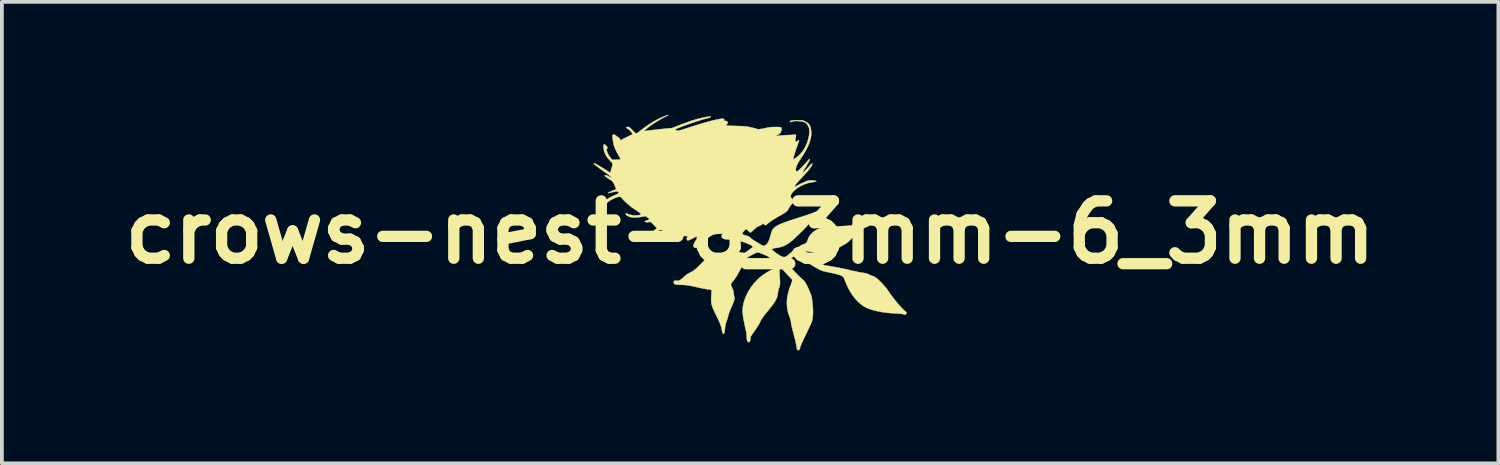
<source format=kicad_pcb>
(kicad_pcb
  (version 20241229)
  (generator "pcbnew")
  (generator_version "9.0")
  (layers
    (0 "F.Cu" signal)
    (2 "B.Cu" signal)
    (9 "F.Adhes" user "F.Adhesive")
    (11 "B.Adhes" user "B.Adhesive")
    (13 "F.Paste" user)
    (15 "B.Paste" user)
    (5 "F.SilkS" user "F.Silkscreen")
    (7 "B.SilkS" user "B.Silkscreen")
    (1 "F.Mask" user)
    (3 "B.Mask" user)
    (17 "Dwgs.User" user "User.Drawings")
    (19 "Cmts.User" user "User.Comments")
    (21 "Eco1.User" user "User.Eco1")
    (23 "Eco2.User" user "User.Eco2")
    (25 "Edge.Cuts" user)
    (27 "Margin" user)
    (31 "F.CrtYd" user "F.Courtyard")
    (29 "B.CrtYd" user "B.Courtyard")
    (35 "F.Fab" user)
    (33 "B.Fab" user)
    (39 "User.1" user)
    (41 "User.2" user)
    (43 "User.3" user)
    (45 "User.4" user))
  (footprint "crows-nest-8_3mm-6_3mm"
    (layer "F.Cu")
    (at 16.88 3.121)
    (property "Reference" "crows-nest-8_3mm-6_3mm" (at 0 0 0) (layer "F.SilkS") (effects (font (size 1.524 1.524) (thickness 0.3))))
    (attr through_hole)
    (fp_poly (pts (xy -2.174 -3.116) (xy -2.178 -3.112) (xy -2.195 -3.101) (xy -2.222 -3.086) (xy -2.258 -3.066) (xy -2.301 -3.044) (xy -2.315 -3.036) (xy -2.385 -2.999) (xy -2.458 -2.956) (xy -2.532 -2.91) (xy -2.603 -2.863) (xy -2.668 -2.817) (xy -2.725 -2.774) (xy -2.77 -2.736) (xy -2.774 -2.732) (xy -2.822 -2.687) (xy -2.793 -2.691) (xy -2.764 -2.695) (xy -2.722 -2.701) (xy -2.669 -2.707) (xy -2.608 -2.714) (xy -2.541 -2.722) (xy -2.472 -2.73) (xy -2.403 -2.737) (xy -2.337 -2.744) (xy -2.276 -2.75) (xy -2.251 -2.753) (xy -2.07 -2.77) (xy -1.881 -2.844) (xy -1.756 -2.891) (xy -1.643 -2.933) (xy -1.541 -2.968) (xy -1.446 -2.997) (xy -1.358 -3.022) (xy -1.273 -3.042) (xy -1.19 -3.059) (xy -1.178 -3.061) (xy -1.129 -3.069) (xy -1.094 -3.075) (xy -1.07 -3.077) (xy -1.056 -3.076) (xy -1.049 -3.072) (xy -1.048 -3.066) (xy -1.055 -3.056) (xy -1.077 -3.046) (xy -1.09 -3.042) (xy -1.115 -3.036) (xy -1.151 -3.026) (xy -1.192 -3.015) (xy -1.234 -3.004) (xy -1.288 -2.989) (xy -1.353 -2.969) (xy -1.428 -2.945) (xy -1.509 -2.918) (xy -1.593 -2.889) (xy -1.678 -2.858) (xy -1.76 -2.828) (xy -1.837 -2.799) (xy -1.905 -2.773) (xy -1.957 -2.751) (xy -1.994 -2.735) (xy -1.974 -2.72) (xy -1.963 -2.711) (xy -1.953 -2.704) (xy -1.941 -2.699) (xy -1.927 -2.697) (xy -1.909 -2.699) (xy -1.886 -2.703) (xy -1.855 -2.711) (xy -1.814 -2.723) (xy -1.763 -2.739) (xy -1.7 -2.759) (xy -1.632 -2.781) (xy -1.498 -2.824) (xy -1.377 -2.862) (xy -1.268 -2.895) (xy -1.169 -2.923) (xy -1.079 -2.948) (xy -0.995 -2.969) (xy -0.916 -2.988) (xy -0.841 -3.003) (xy -0.838 -3.004) (xy -0.79 -3.013) (xy -0.755 -3.018) (xy -0.73 -3.02) (xy -0.713 -3.017) (xy -0.701 -3.011) (xy -0.695 -3.005) (xy -0.686 -2.993) (xy -0.688 -2.986) (xy -0.696 -2.981) (xy -0.706 -2.974) (xy -0.706 -2.971) (xy -0.697 -2.969) (xy -0.676 -2.965) (xy -0.658 -2.961) (xy -0.629 -2.953) (xy -0.611 -2.943) (xy -0.602 -2.93) (xy -0.595 -2.916) (xy -0.595 -2.904) (xy -0.604 -2.888) (xy -0.613 -2.875) (xy -0.625 -2.855) (xy -0.63 -2.84) (xy -0.63 -2.836) (xy -0.621 -2.834) (xy -0.597 -2.832) (xy -0.561 -2.83) (xy -0.516 -2.829) (xy -0.462 -2.827) (xy -0.403 -2.825) (xy -0.387 -2.825) (xy -0.304 -2.823) (xy -0.235 -2.82) (xy -0.176 -2.817) (xy -0.124 -2.812) (xy -0.076 -2.806) (xy -0.03 -2.798) (xy 0.018 -2.788) (xy 0.07 -2.776) (xy 0.081 -2.773) (xy 0.117 -2.764) (xy 0.15 -2.755) (xy 0.174 -2.748) (xy 0.181 -2.745) (xy 0.197 -2.74) (xy 0.215 -2.738) (xy 0.236 -2.738) (xy 0.264 -2.741) (xy 0.302 -2.747) (xy 0.35 -2.756) (xy 0.398 -2.766) (xy 0.453 -2.778) (xy 0.497 -2.786) (xy 0.535 -2.791) (xy 0.572 -2.794) (xy 0.612 -2.796) (xy 0.661 -2.797) (xy 0.67 -2.797) (xy 0.726 -2.797) (xy 0.768 -2.795) (xy 0.798 -2.792) (xy 0.817 -2.787) (xy 0.829 -2.778) (xy 0.835 -2.765) (xy 0.836 -2.747) (xy 0.836 -2.742) (xy 0.831 -2.705) (xy 0.815 -2.664) (xy 0.814 -2.663) (xy 0.803 -2.642) (xy 0.791 -2.626) (xy 0.775 -2.613) (xy 0.752 -2.598) (xy 0.719 -2.58) (xy 0.69 -2.564) (xy 0.67 -2.553) (xy 0.661 -2.546) (xy 0.662 -2.545) (xy 0.701 -2.555) (xy 0.738 -2.562) (xy 0.775 -2.568) (xy 0.817 -2.573) (xy 0.865 -2.576) (xy 0.923 -2.579) (xy 0.985 -2.582) (xy 1.041 -2.584) (xy 1.092 -2.586) (xy 1.136 -2.589) (xy 1.17 -2.591) (xy 1.193 -2.593) (xy 1.2 -2.594) (xy 1.212 -2.597) (xy 1.217 -2.59) (xy 1.218 -2.573) (xy 1.216 -2.55) (xy 1.211 -2.519) (xy 1.206 -2.497) (xy 1.199 -2.457) (xy 1.2 -2.429) (xy 1.21 -2.413) (xy 1.223 -2.407) (xy 1.239 -2.407) (xy 1.255 -2.418) (xy 1.263 -2.427) (xy 1.282 -2.446) (xy 1.294 -2.452) (xy 1.299 -2.444) (xy 1.299 -2.442) (xy 1.297 -2.431) (xy 1.289 -2.408) (xy 1.278 -2.374) (xy 1.264 -2.332) (xy 1.247 -2.285) (xy 1.242 -2.27) (xy 1.22 -2.207) (xy 1.2 -2.145) (xy 1.182 -2.088) (xy 1.167 -2.037) (xy 1.155 -1.995) (xy 1.148 -1.963) (xy 1.146 -1.944) (xy 1.146 -1.941) (xy 1.154 -1.94) (xy 1.171 -1.948) (xy 1.195 -1.964) (xy 1.224 -1.984) (xy 1.255 -2.008) (xy 1.286 -2.033) (xy 1.313 -2.058) (xy 1.332 -2.077) (xy 1.386 -2.142) (xy 1.433 -2.211) (xy 1.472 -2.281) (xy 1.504 -2.354) (xy 1.531 -2.431) (xy 1.552 -2.508) (xy 1.567 -2.583) (xy 1.574 -2.653) (xy 1.573 -2.716) (xy 1.565 -2.769) (xy 1.559 -2.786) (xy 1.532 -2.843) (xy 1.497 -2.888) (xy 1.471 -2.91) (xy 1.437 -2.927) (xy 1.391 -2.94) (xy 1.338 -2.949) (xy 1.28 -2.955) (xy 1.222 -2.956) (xy 1.168 -2.953) (xy 1.122 -2.944) (xy 1.109 -2.94) (xy 1.079 -2.931) (xy 1.063 -2.927) (xy 1.056 -2.931) (xy 1.058 -2.941) (xy 1.058 -2.943) (xy 1.066 -2.954) (xy 1.079 -2.962) (xy 1.1 -2.968) (xy 1.132 -2.972) (xy 1.175 -2.974) (xy 1.232 -2.975) (xy 1.251 -2.976) (xy 1.393 -2.976) (xy 1.454 -2.947) (xy 1.506 -2.919) (xy 1.545 -2.891) (xy 1.573 -2.86) (xy 1.592 -2.824) (xy 1.601 -2.797) (xy 1.618 -2.719) (xy 1.624 -2.64) (xy 1.62 -2.558) (xy 1.604 -2.473) (xy 1.577 -2.384) (xy 1.538 -2.289) (xy 1.487 -2.188) (xy 1.423 -2.079) (xy 1.359 -1.98) (xy 1.322 -1.923) (xy 1.292 -1.877) (xy 1.27 -1.84) (xy 1.254 -1.81) (xy 1.243 -1.784) (xy 1.235 -1.763) (xy 1.223 -1.721) (xy 1.215 -1.691) (xy 1.212 -1.67) (xy 1.214 -1.654) (xy 1.219 -1.639) (xy 1.222 -1.633) (xy 1.232 -1.617) (xy 1.241 -1.612) (xy 1.251 -1.616) (xy 1.267 -1.628) (xy 1.292 -1.649) (xy 1.323 -1.678) (xy 1.358 -1.713) (xy 1.395 -1.75) (xy 1.431 -1.788) (xy 1.465 -1.825) (xy 1.493 -1.858) (xy 1.495 -1.86) (xy 1.521 -1.89) (xy 1.544 -1.916) (xy 1.561 -1.935) (xy 1.572 -1.944) (xy 1.572 -1.944) (xy 1.582 -1.943) (xy 1.584 -1.931) (xy 1.578 -1.911) (xy 1.566 -1.885) (xy 1.554 -1.866) (xy 1.534 -1.835) (xy 1.515 -1.801) (xy 1.506 -1.782) (xy 1.493 -1.757) (xy 1.48 -1.737) (xy 1.474 -1.73) (xy 1.465 -1.719) (xy 1.453 -1.698) (xy 1.438 -1.671) (xy 1.422 -1.642) (xy 1.408 -1.614) (xy 1.397 -1.59) (xy 1.391 -1.574) (xy 1.391 -1.57) (xy 1.397 -1.575) (xy 1.412 -1.59) (xy 1.435 -1.613) (xy 1.463 -1.641) (xy 1.495 -1.674) (xy 1.528 -1.709) (xy 1.562 -1.744) (xy 1.593 -1.778) (xy 1.621 -1.808) (xy 1.638 -1.827) (xy 1.645 -1.832) (xy 1.648 -1.826) (xy 1.648 -1.809) (xy 1.642 -1.778) (xy 1.622 -1.743) (xy 1.574 -1.679) (xy 1.515 -1.608) (xy 1.448 -1.532) (xy 1.375 -1.453) (xy 1.348 -1.425) (xy 1.303 -1.378) (xy 1.264 -1.335) (xy 1.233 -1.298) (xy 1.21 -1.268) (xy 1.202 -1.256) (xy 1.189 -1.232) (xy 1.181 -1.213) (xy 1.179 -1.205) (xy 1.188 -1.207) (xy 1.207 -1.216) (xy 1.232 -1.229) (xy 1.243 -1.235) (xy 1.295 -1.264) (xy 1.349 -1.291) (xy 1.403 -1.317) (xy 1.454 -1.339) (xy 1.497 -1.357) (xy 1.529 -1.368) (xy 1.53 -1.368) (xy 1.567 -1.375) (xy 1.607 -1.379) (xy 1.648 -1.379) (xy 1.687 -1.377) (xy 1.72 -1.372) (xy 1.744 -1.365) (xy 1.757 -1.356) (xy 1.758 -1.352) (xy 1.75 -1.348) (xy 1.73 -1.343) (xy 1.7 -1.338) (xy 1.673 -1.334) (xy 1.562 -1.314) (xy 1.452 -1.279) (xy 1.348 -1.231) (xy 1.251 -1.172) (xy 1.169 -1.106) (xy 1.142 -1.078) (xy 1.116 -1.044) (xy 1.094 -1.009) (xy 1.079 -0.978) (xy 1.072 -0.953) (xy 1.072 -0.951) (xy 1.078 -0.935) (xy 1.093 -0.915) (xy 1.104 -0.902) (xy 1.123 -0.882) (xy 1.134 -0.865) (xy 1.137 -0.857) (xy 1.142 -0.839) (xy 1.151 -0.827) (xy 1.157 -0.818) (xy 1.157 -0.81) (xy 1.15 -0.798) (xy 1.133 -0.78) (xy 1.123 -0.769) (xy 1.101 -0.743) (xy 1.074 -0.709) (xy 1.049 -0.671) (xy 1.035 -0.65) (xy 1.015 -0.616) (xy 0.996 -0.586) (xy 0.98 -0.564) (xy 0.972 -0.554) (xy 0.96 -0.544) (xy 0.936 -0.528) (xy 0.903 -0.507) (xy 0.862 -0.483) (xy 0.818 -0.457) (xy 0.804 -0.449) (xy 0.727 -0.405) (xy 0.663 -0.366) (xy 0.609 -0.333) (xy 0.564 -0.303) (xy 0.526 -0.276) (xy 0.492 -0.25) (xy 0.471 -0.233) (xy 0.446 -0.212) (xy 0.425 -0.196) (xy 0.411 -0.188) (xy 0.409 -0.187) (xy 0.397 -0.192) (xy 0.379 -0.204) (xy 0.375 -0.207) (xy 0.358 -0.22) (xy 0.348 -0.227) (xy 0.346 -0.227) (xy 0.338 -0.223) (xy 0.319 -0.212) (xy 0.295 -0.197) (xy 0.291 -0.195) (xy 0.261 -0.177) (xy 0.231 -0.162) (xy 0.209 -0.153) (xy 0.186 -0.142) (xy 0.157 -0.121) (xy 0.119 -0.088) (xy 0.097 -0.067) (xy 0.066 -0.04) (xy 0.04 -0.016) (xy 0.019 0.000063) (xy 0.007 0.008) (xy 0.006 0.008) (xy -0.004 0.003) (xy -0.022 -0.012) (xy -0.045 -0.033) (xy -0.052 -0.04) (xy -0.076 -0.064) (xy -0.092 -0.077) (xy -0.103 -0.082) (xy -0.112 -0.082) (xy -0.121 -0.077) (xy -0.135 -0.066) (xy -0.154 -0.046) (xy -0.174 -0.022) (xy -0.192 0.003) (xy -0.205 0.025) (xy -0.211 0.039) (xy -0.211 0.04) (xy -0.203 0.051) (xy -0.181 0.063) (xy -0.145 0.077) (xy -0.107 0.088) (xy -0.067 0.1) (xy -0.038 0.111) (xy -0.017 0.124) (xy 0.002 0.139) (xy 0.012 0.151) (xy 0.022 0.161) (xy 0.036 0.172) (xy 0.055 0.186) (xy 0.081 0.203) (xy 0.115 0.225) (xy 0.158 0.252) (xy 0.213 0.286) (xy 0.281 0.326) (xy 0.282 0.327) (xy 0.318 0.348) (xy 0.344 0.359) (xy 0.366 0.362) (xy 0.387 0.355) (xy 0.411 0.34) (xy 0.424 0.331) (xy 0.453 0.302) (xy 0.479 0.262) (xy 0.503 0.208) (xy 0.526 0.14) (xy 0.536 0.106) (xy 0.548 0.064) (xy 0.56 0.023) (xy 0.571 -0.011) (xy 0.578 -0.03) (xy 0.591 -0.059) (xy 0.608 -0.086) (xy 0.629 -0.111) (xy 0.656 -0.135) (xy 0.69 -0.159) (xy 0.732 -0.183) (xy 0.782 -0.208) (xy 0.843 -0.234) (xy 0.914 -0.261) (xy 0.997 -0.291) (xy 1.093 -0.323) (xy 1.203 -0.359) (xy 1.274 -0.382) (xy 1.374 -0.413) (xy 1.459 -0.441) (xy 1.533 -0.466) (xy 1.598 -0.488) (xy 1.655 -0.509) (xy 1.706 -0.529) (xy 1.753 -0.549) (xy 1.799 -0.57) (xy 1.819 -0.579) (xy 1.861 -0.599) (xy 1.892 -0.612) (xy 1.912 -0.619) (xy 1.925 -0.621) (xy 1.934 -0.618) (xy 1.94 -0.61) (xy 1.944 -0.602) (xy 1.95 -0.586) (xy 1.949 -0.572) (xy 1.938 -0.559) (xy 1.916 -0.544) (xy 1.881 -0.526) (xy 1.876 -0.523) (xy 1.807 -0.485) (xy 1.743 -0.439) (xy 1.681 -0.382) (xy 1.621 -0.314) (xy 1.56 -0.232) (xy 1.557 -0.227) (xy 1.535 -0.198) (xy 1.508 -0.165) (xy 1.475 -0.128) (xy 1.435 -0.085) (xy 1.388 -0.037) (xy 1.331 0.019) (xy 1.263 0.084) (xy 1.194 0.149) (xy 1.115 0.221) (xy 1.041 0.279) (xy 0.971 0.325) (xy 0.901 0.361) (xy 0.83 0.387) (xy 0.755 0.405) (xy 0.699 0.414) (xy 0.651 0.421) (xy 0.614 0.43) (xy 0.589 0.441) (xy 0.578 0.452) (xy 0.579 0.457) (xy 0.587 0.468) (xy 0.606 0.486) (xy 0.634 0.509) (xy 0.667 0.535) (xy 0.704 0.562) (xy 0.74 0.587) (xy 0.774 0.609) (xy 0.784 0.615) (xy 0.819 0.635) (xy 0.845 0.648) (xy 0.866 0.655) (xy 0.886 0.657) (xy 0.898 0.658) (xy 0.913 0.657) (xy 0.927 0.656) (xy 0.941 0.651) (xy 0.957 0.643) (xy 0.977 0.629) (xy 1.003 0.609) (xy 1.037 0.582) (xy 1.08 0.545) (xy 1.1 0.528) (xy 1.181 0.462) (xy 1.254 0.409) (xy 1.32 0.367) (xy 1.38 0.335) (xy 1.401 0.326) (xy 1.432 0.313) (xy 1.458 0.302) (xy 1.475 0.295) (xy 1.478 0.293) (xy 1.491 0.281) (xy 1.506 0.258) (xy 1.52 0.229) (xy 1.532 0.201) (xy 1.538 0.179) (xy 1.549 0.146) (xy 1.572 0.108) (xy 1.603 0.066) (xy 1.641 0.026) (xy 1.682 -0.012) (xy 1.725 -0.043) (xy 1.732 -0.048) (xy 1.778 -0.073) (xy 1.823 -0.094) (xy 1.871 -0.111) (xy 1.923 -0.124) (xy 1.981 -0.135) (xy 2.049 -0.143) (xy 2.129 -0.149) (xy 2.222 -0.154) (xy 2.233 -0.155) (xy 2.332 -0.159) (xy 2.417 -0.162) (xy 2.489 -0.166) (xy 2.552 -0.169) (xy 2.607 -0.173) (xy 2.656 -0.177) (xy 2.702 -0.182) (xy 2.746 -0.188) (xy 2.79 -0.195) (xy 2.838 -0.203) (xy 2.89 -0.212) (xy 2.923 -0.218) (xy 2.991 -0.231) (xy 3.045 -0.241) (xy 3.086 -0.247) (xy 3.117 -0.25) (xy 3.139 -0.251) (xy 3.153 -0.248) (xy 3.163 -0.243) (xy 3.168 -0.235) (xy 3.172 -0.224) (xy 3.175 -0.204) (xy 3.172 -0.189) (xy 3.16 -0.175) (xy 3.137 -0.162) (xy 3.101 -0.146) (xy 3.101 -0.146) (xy 3.051 -0.123) (xy 3.006 -0.101) (xy 2.964 -0.076) (xy 2.923 -0.048) (xy 2.881 -0.015) (xy 2.837 0.024) (xy 2.788 0.071) (xy 2.733 0.127) (xy 2.669 0.194) (xy 2.659 0.204) (xy 2.628 0.235) (xy 2.59 0.267) (xy 2.555 0.293) (xy 2.553 0.294) (xy 2.525 0.311) (xy 2.488 0.333) (xy 2.443 0.358) (xy 2.393 0.386) (xy 2.342 0.413) (xy 2.291 0.44) (xy 2.244 0.465) (xy 2.203 0.485) (xy 2.171 0.501) (xy 2.152 0.509) (xy 2.127 0.519) (xy 2.093 0.532) (xy 2.058 0.548) (xy 2.05 0.551) (xy 2.017 0.566) (xy 1.99 0.574) (xy 1.964 0.579) (xy 1.931 0.58) (xy 1.912 0.58) (xy 1.88 0.579) (xy 1.851 0.577) (xy 1.819 0.571) (xy 1.781 0.563) (xy 1.734 0.55) (xy 1.713 0.545) (xy 1.644 0.526) (xy 1.587 0.514) (xy 1.539 0.507) (xy 1.516 0.505) (xy 1.475 0.505) (xy 1.437 0.507) (xy 1.406 0.512) (xy 1.384 0.519) (xy 1.374 0.528) (xy 1.374 0.531) (xy 1.382 0.537) (xy 1.402 0.55) (xy 1.432 0.566) (xy 1.469 0.585) (xy 1.5 0.601) (xy 1.542 0.622) (xy 1.579 0.642) (xy 1.61 0.658) (xy 1.63 0.67) (xy 1.637 0.675) (xy 1.653 0.686) (xy 1.676 0.701) (xy 1.693 0.71) (xy 1.718 0.726) (xy 1.75 0.747) (xy 1.785 0.771) (xy 1.798 0.78) (xy 1.833 0.803) (xy 1.868 0.824) (xy 1.899 0.84) (xy 1.91 0.844) (xy 1.936 0.855) (xy 1.957 0.867) (xy 1.965 0.873) (xy 1.98 0.881) (xy 2.002 0.885) (xy 2.005 0.885) (xy 2.029 0.887) (xy 2.067 0.892) (xy 2.116 0.899) (xy 2.174 0.909) (xy 2.238 0.92) (xy 2.305 0.932) (xy 2.374 0.946) (xy 2.442 0.959) (xy 2.507 0.973) (xy 2.566 0.986) (xy 2.617 0.998) (xy 2.657 1.008) (xy 2.682 1.015) (xy 2.714 1.024) (xy 2.747 1.03) (xy 2.764 1.031) (xy 2.795 1.034) (xy 2.824 1.042) (xy 2.829 1.044) (xy 2.848 1.05) (xy 2.88 1.057) (xy 2.919 1.064) (xy 2.961 1.072) (xy 2.966 1.072) (xy 3.022 1.081) (xy 3.064 1.089) (xy 3.097 1.097) (xy 3.122 1.105) (xy 3.143 1.114) (xy 3.156 1.122) (xy 3.177 1.132) (xy 3.207 1.145) (xy 3.239 1.157) (xy 3.24 1.157) (xy 3.275 1.17) (xy 3.305 1.183) (xy 3.332 1.199) (xy 3.36 1.22) (xy 3.393 1.248) (xy 3.432 1.286) (xy 3.442 1.295) (xy 3.515 1.369) (xy 3.579 1.44) (xy 3.637 1.513) (xy 3.694 1.594) (xy 3.7 1.604) (xy 3.743 1.665) (xy 3.792 1.73) (xy 3.844 1.797) (xy 3.898 1.864) (xy 3.952 1.927) (xy 4.005 1.986) (xy 4.054 2.037) (xy 4.097 2.079) (xy 4.129 2.106) (xy 4.15 2.127) (xy 4.156 2.146) (xy 4.147 2.165) (xy 4.138 2.176) (xy 4.125 2.186) (xy 4.115 2.19) (xy 4.1 2.188) (xy 4.079 2.181) (xy 4.052 2.174) (xy 4.013 2.168) (xy 3.96 2.163) (xy 3.894 2.159) (xy 3.756 2.15) (xy 3.625 2.137) (xy 3.502 2.12) (xy 3.39 2.099) (xy 3.292 2.076) (xy 3.285 2.074) (xy 3.202 2.049) (xy 3.133 2.024) (xy 3.072 1.997) (xy 3.018 1.967) (xy 2.966 1.931) (xy 2.959 1.926) (xy 2.868 1.848) (xy 2.784 1.757) (xy 2.706 1.653) (xy 2.634 1.534) (xy 2.568 1.401) (xy 2.521 1.287) (xy 2.507 1.252) (xy 2.493 1.221) (xy 2.482 1.199) (xy 2.477 1.191) (xy 2.456 1.172) (xy 2.423 1.154) (xy 2.379 1.136) (xy 2.321 1.118) (xy 2.249 1.099) (xy 2.162 1.08) (xy 2.126 1.072) (xy 2.074 1.061) (xy 2.025 1.051) (xy 1.982 1.041) (xy 1.949 1.033) (xy 1.928 1.027) (xy 1.927 1.027) (xy 1.881 1.009) (xy 1.825 0.982) (xy 1.758 0.945) (xy 1.679 0.899) (xy 1.589 0.843) (xy 1.516 0.797) (xy 1.446 0.756) (xy 1.383 0.719) (xy 1.327 0.689) (xy 1.28 0.666) (xy 1.244 0.651) (xy 1.223 0.645) (xy 1.194 0.643) (xy 1.166 0.645) (xy 1.166 0.645) (xy 1.141 0.654) (xy 1.109 0.673) (xy 1.075 0.698) (xy 1.043 0.726) (xy 1.016 0.755) (xy 0.993 0.788) (xy 0.982 0.818) (xy 0.983 0.846) (xy 0.999 0.873) (xy 1.027 0.904) (xy 1.061 0.931) (xy 1.09 0.955) (xy 1.125 0.988) (xy 1.162 1.024) (xy 1.194 1.059) (xy 1.229 1.096) (xy 1.268 1.136) (xy 1.306 1.174) (xy 1.335 1.2) (xy 1.365 1.228) (xy 1.395 1.255) (xy 1.419 1.277) (xy 1.43 1.287) (xy 1.449 1.309) (xy 1.472 1.344) (xy 1.497 1.389) (xy 1.523 1.441) (xy 1.549 1.498) (xy 1.57 1.548) (xy 1.585 1.584) (xy 1.599 1.619) (xy 1.611 1.645) (xy 1.615 1.654) (xy 1.623 1.675) (xy 1.631 1.71) (xy 1.639 1.756) (xy 1.647 1.811) (xy 1.654 1.872) (xy 1.661 1.938) (xy 1.666 2.004) (xy 1.67 2.058) (xy 1.671 2.129) (xy 1.668 2.201) (xy 1.662 2.27) (xy 1.651 2.332) (xy 1.643 2.365) (xy 1.637 2.382) (xy 1.624 2.411) (xy 1.606 2.452) (xy 1.583 2.501) (xy 1.557 2.557) (xy 1.528 2.618) (xy 1.497 2.682) (xy 1.494 2.688) (xy 1.45 2.778) (xy 1.414 2.854) (xy 1.384 2.918) (xy 1.361 2.971) (xy 1.344 3.013) (xy 1.332 3.046) (xy 1.325 3.07) (xy 1.324 3.085) (xy 1.318 3.105) (xy 1.305 3.123) (xy 1.289 3.134) (xy 1.284 3.134) (xy 1.266 3.13) (xy 1.256 3.124) (xy 1.249 3.113) (xy 1.241 3.089) (xy 1.234 3.053) (xy 1.23 3.025) (xy 1.223 2.98) (xy 1.212 2.927) (xy 1.2 2.872) (xy 1.19 2.83) (xy 1.166 2.741) (xy 1.146 2.666) (xy 1.13 2.604) (xy 1.117 2.552) (xy 1.107 2.509) (xy 1.099 2.473) (xy 1.094 2.442) (xy 1.089 2.415) (xy 1.088 2.402) (xy 1.076 2.334) (xy 1.055 2.271) (xy 1.051 2.26) (xy 1.01 2.143) (xy 0.985 2.023) (xy 0.975 1.898) (xy 0.981 1.771) (xy 1.002 1.642) (xy 1.039 1.51) (xy 1.067 1.435) (xy 1.083 1.395) (xy 1.096 1.356) (xy 1.107 1.324) (xy 1.112 1.304) (xy 1.121 1.265) (xy 1.021 1.158) (xy 0.983 1.118) (xy 0.944 1.075) (xy 0.907 1.034) (xy 0.875 0.999) (xy 0.861 0.984) (xy 0.8 0.915) (xy 0.789 0.942) (xy 0.783 0.967) (xy 0.78 1.006) (xy 0.779 1.055) (xy 0.78 1.112) (xy 0.784 1.174) (xy 0.788 1.224) (xy 0.794 1.296) (xy 0.794 1.355) (xy 0.789 1.406) (xy 0.778 1.451) (xy 0.768 1.476) (xy 0.751 1.53) (xy 0.74 1.597) (xy 0.739 1.604) (xy 0.732 1.656) (xy 0.72 1.705) (xy 0.704 1.752) (xy 0.681 1.801) (xy 0.651 1.852) (xy 0.613 1.908) (xy 0.566 1.971) (xy 0.508 2.043) (xy 0.492 2.063) (xy 0.433 2.134) (xy 0.384 2.195) (xy 0.345 2.249) (xy 0.313 2.296) (xy 0.287 2.338) (xy 0.267 2.378) (xy 0.26 2.394) (xy 0.247 2.42) (xy 0.226 2.456) (xy 0.199 2.5) (xy 0.167 2.549) (xy 0.132 2.602) (xy 0.124 2.613) (xy 0.013 2.773) (xy 0.007 2.833) (xy -0.000127 2.877) (xy -0.011 2.906) (xy -0.026 2.92) (xy -0.044 2.919) (xy -0.065 2.902) (xy -0.073 2.893) (xy -0.079 2.882) (xy -0.083 2.866) (xy -0.086 2.843) (xy -0.089 2.808) (xy -0.091 2.771) (xy -0.094 2.722) (xy -0.098 2.678) (xy -0.104 2.641) (xy -0.109 2.619) (xy -0.117 2.592) (xy -0.126 2.553) (xy -0.137 2.503) (xy -0.148 2.448) (xy -0.16 2.389) (xy -0.171 2.33) (xy -0.181 2.274) (xy -0.189 2.224) (xy -0.191 2.209) (xy -0.2 2.11) (xy -0.197 2.012) (xy -0.182 1.914) (xy -0.154 1.812) (xy -0.123 1.726) (xy -0.061 1.594) (xy 0.015 1.47) (xy 0.103 1.354) (xy 0.204 1.249) (xy 0.315 1.153) (xy 0.437 1.07) (xy 0.538 1.014) (xy 0.619 0.973) (xy 0.614 0.901) (xy 0.606 0.833) (xy 0.589 0.777) (xy 0.563 0.729) (xy 0.534 0.693) (xy 0.51 0.67) (xy 0.486 0.65) (xy 0.468 0.639) (xy 0.397 0.606) (xy 0.334 0.58) (xy 0.282 0.559) (xy 0.242 0.545) (xy 0.214 0.538) (xy 0.211 0.538) (xy 0.196 0.537) (xy 0.182 0.538) (xy 0.165 0.543) (xy 0.144 0.552) (xy 0.114 0.566) (xy 0.075 0.586) (xy 0.045 0.602) (xy -0.013 0.633) (xy -0.058 0.66) (xy -0.092 0.685) (xy -0.116 0.708) (xy -0.133 0.731) (xy -0.145 0.756) (xy -0.147 0.762) (xy -0.154 0.78) (xy -0.168 0.81) (xy -0.188 0.85) (xy -0.213 0.898) (xy -0.242 0.953) (xy -0.274 1.012) (xy -0.307 1.073) (xy -0.342 1.135) (xy -0.343 1.137) (xy -0.369 1.181) (xy -0.401 1.228) (xy -0.433 1.272) (xy -0.451 1.294) (xy -0.481 1.331) (xy -0.5 1.359) (xy -0.509 1.382) (xy -0.51 1.404) (xy -0.502 1.428) (xy -0.487 1.456) (xy -0.46 1.514) (xy -0.443 1.574) (xy -0.434 1.643) (xy -0.434 1.645) (xy -0.431 1.676) (xy -0.427 1.701) (xy -0.423 1.716) (xy -0.422 1.717) (xy -0.414 1.733) (xy -0.414 1.758) (xy -0.421 1.795) (xy -0.436 1.842) (xy -0.459 1.902) (xy -0.49 1.974) (xy -0.495 1.985) (xy -0.52 2.041) (xy -0.539 2.087) (xy -0.554 2.125) (xy -0.567 2.162) (xy -0.578 2.199) (xy -0.589 2.243) (xy -0.592 2.255) (xy -0.604 2.297) (xy -0.619 2.343) (xy -0.634 2.383) (xy -0.645 2.415) (xy -0.654 2.446) (xy -0.661 2.483) (xy -0.666 2.528) (xy -0.669 2.558) (xy -0.675 2.611) (xy -0.681 2.649) (xy -0.688 2.674) (xy -0.696 2.689) (xy -0.705 2.695) (xy -0.711 2.696) (xy -0.722 2.692) (xy -0.732 2.679) (xy -0.74 2.654) (xy -0.748 2.617) (xy -0.751 2.597) (xy -0.757 2.561) (xy -0.765 2.527) (xy -0.775 2.492) (xy -0.788 2.454) (xy -0.805 2.411) (xy -0.827 2.361) (xy -0.855 2.302) (xy -0.89 2.231) (xy -0.896 2.218) (xy -0.934 2.14) (xy -0.965 2.073) (xy -0.99 2.016) (xy -1.008 1.966) (xy -1.022 1.92) (xy -1.031 1.877) (xy -1.035 1.833) (xy -1.037 1.786) (xy -1.035 1.734) (xy -1.032 1.683) (xy -1.029 1.639) (xy -1.026 1.599) (xy -1.024 1.568) (xy -1.023 1.548) (xy -1.023 1.543) (xy -1.026 1.537) (xy -1.035 1.531) (xy -1.053 1.527) (xy -1.082 1.521) (xy -1.123 1.516) (xy -1.168 1.509) (xy -1.224 1.499) (xy -1.282 1.488) (xy -1.337 1.476) (xy -1.348 1.473) (xy -1.426 1.456) (xy -1.49 1.441) (xy -1.543 1.43) (xy -1.588 1.42) (xy -1.626 1.414) (xy -1.66 1.409) (xy -1.693 1.405) (xy -1.726 1.402) (xy -1.763 1.4) (xy -1.805 1.398) (xy -1.819 1.398) (xy -1.883 1.395) (xy -1.932 1.392) (xy -1.968 1.388) (xy -1.994 1.382) (xy -2.012 1.374) (xy -2.022 1.365) (xy -2.027 1.352) (xy -2.029 1.342) (xy -2.028 1.319) (xy -2.023 1.301) (xy -2.016 1.292) (xy -2.005 1.288) (xy -1.986 1.287) (xy -1.962 1.289) (xy -1.931 1.29) (xy -1.904 1.286) (xy -1.877 1.276) (xy -1.848 1.259) (xy -1.814 1.234) (xy -1.772 1.198) (xy -1.758 1.185) (xy -1.714 1.146) (xy -1.675 1.117) (xy -1.639 1.094) (xy -1.608 1.078) (xy -1.573 1.061) (xy -1.542 1.044) (xy -1.514 1.027) (xy -1.486 1.006) (xy -1.456 0.981) (xy -1.421 0.95) (xy -1.379 0.91) (xy -1.335 0.867) (xy -1.204 0.739) (xy -1.063 0.681) (xy -1.006 0.658) (xy -0.943 0.632) (xy -0.879 0.605) (xy -0.821 0.581) (xy -0.796 0.571) (xy -0.671 0.518) (xy -0.475 0.522) (xy -0.401 0.524) (xy -0.342 0.526) (xy -0.295 0.53) (xy -0.26 0.533) (xy -0.234 0.538) (xy -0.231 0.539) (xy -0.202 0.546) (xy -0.179 0.55) (xy -0.159 0.549) (xy -0.138 0.543) (xy -0.114 0.53) (xy -0.085 0.51) (xy -0.045 0.481) (xy -0.036 0.474) (xy -0.000188 0.447) (xy 0.031 0.424) (xy 0.054 0.406) (xy 0.069 0.395) (xy 0.072 0.393) (xy 0.07 0.385) (xy 0.059 0.372) (xy 0.056 0.369) (xy 0.036 0.352) (xy 0.004 0.333) (xy -0.04 0.313) (xy -0.096 0.289) (xy -0.167 0.263) (xy -0.234 0.24) (xy -0.391 0.186) (xy -0.526 0.188) (xy -0.579 0.188) (xy -0.619 0.188) (xy -0.648 0.186) (xy -0.67 0.183) (xy -0.686 0.178) (xy -0.694 0.175) (xy -0.733 0.154) (xy -0.755 0.131) (xy -0.762 0.106) (xy -0.753 0.079) (xy -0.746 0.07) (xy -0.738 0.058) (xy -0.737 0.049) (xy -0.744 0.044) (xy -0.762 0.041) (xy -0.793 0.041) (xy -0.837 0.042) (xy -0.847 0.042) (xy -0.891 0.045) (xy -0.932 0.051) (xy -0.97 0.061) (xy -1.007 0.075) (xy -1.046 0.096) (xy -1.088 0.123) (xy -1.135 0.158) (xy -1.189 0.203) (xy -1.252 0.257) (xy -1.286 0.288) (xy -1.325 0.323) (xy -1.361 0.354) (xy -1.392 0.38) (xy -1.416 0.398) (xy -1.43 0.408) (xy -1.432 0.409) (xy -1.46 0.413) (xy -1.485 0.405) (xy -1.501 0.388) (xy -1.503 0.385) (xy -1.506 0.356) (xy -1.498 0.319) (xy -1.478 0.275) (xy -1.446 0.221) (xy -1.401 0.158) (xy -1.389 0.142) (xy -1.368 0.115) (xy -1.353 0.093) (xy -1.344 0.079) (xy -1.343 0.075) (xy -1.351 0.078) (xy -1.371 0.087) (xy -1.401 0.101) (xy -1.438 0.119) (xy -1.481 0.14) (xy -1.483 0.141) (xy -1.538 0.169) (xy -1.581 0.19) (xy -1.612 0.204) (xy -1.635 0.212) (xy -1.651 0.216) (xy -1.662 0.214) (xy -1.669 0.207) (xy -1.676 0.197) (xy -1.678 0.192) (xy -1.686 0.172) (xy -1.687 0.16) (xy -1.679 0.149) (xy -1.674 0.144) (xy -1.66 0.125) (xy -1.659 0.113) (xy -1.674 0.105) (xy -1.694 0.101) (xy -1.744 0.098) (xy -1.794 0.106) (xy -1.849 0.124) (xy -1.872 0.134) (xy -1.925 0.158) (xy -1.972 0.176) (xy -2.01 0.189) (xy -2.037 0.195) (xy -2.042 0.195) (xy -2.064 0.188) (xy -2.08 0.17) (xy -2.087 0.147) (xy -2.081 0.132) (xy -2.067 0.11) (xy -2.049 0.089) (xy -2.029 0.065) (xy -2.019 0.048) (xy -2.019 0.041) (xy -2.033 0.033) (xy -2.059 0.023) (xy -2.094 0.012) (xy -2.133 0.001) (xy -2.173 -0.007) (xy -2.197 -0.012) (xy -2.237 -0.02) (xy -2.279 -0.032) (xy -2.314 -0.044) (xy -2.343 -0.055) (xy -2.366 -0.063) (xy -2.38 -0.066) (xy -2.381 -0.066) (xy -2.397 -0.062) (xy -2.422 -0.052) (xy -2.454 -0.038) (xy -2.486 -0.023) (xy -2.514 -0.007) (xy -2.535 0.006) (xy -2.54 0.01) (xy -2.558 0.03) (xy -2.57 0.049) (xy -2.577 0.065) (xy -2.573 0.074) (xy -2.565 0.08) (xy -2.551 0.094) (xy -2.552 0.106) (xy -2.567 0.113) (xy -2.577 0.114) (xy -2.604 0.109) (xy -2.618 0.095) (xy -2.623 0.069) (xy -2.615 0.034) (xy -2.592 -0.004) (xy -2.554 -0.044) (xy -2.532 -0.064) (xy -2.477 -0.107) (xy -2.524 -0.157) (xy -2.562 -0.197) (xy -2.59 -0.227) (xy -2.611 -0.248) (xy -2.627 -0.262) (xy -2.638 -0.271) (xy -2.648 -0.275) (xy -2.657 -0.276) (xy -2.664 -0.276) (xy -2.692 -0.273) (xy -2.716 -0.267) (xy -2.737 -0.262) (xy -2.757 -0.266) (xy -2.772 -0.272) (xy -2.79 -0.282) (xy -2.801 -0.29) (xy -2.801 -0.292) (xy -2.794 -0.297) (xy -2.775 -0.304) (xy -2.749 -0.313) (xy -2.747 -0.313) (xy -2.711 -0.326) (xy -2.689 -0.34) (xy -2.68 -0.353) (xy -2.687 -0.366) (xy -2.691 -0.368) (xy -2.706 -0.378) (xy -2.728 -0.394) (xy -2.741 -0.404) (xy -2.776 -0.43) (xy -2.864 -0.414) (xy -2.95 -0.4) (xy -3.028 -0.393) (xy -3.094 -0.392) (xy -3.148 -0.397) (xy -3.152 -0.397) (xy -3.193 -0.408) (xy -3.232 -0.423) (xy -3.266 -0.44) (xy -3.29 -0.458) (xy -3.301 -0.474) (xy -3.301 -0.475) (xy -3.304 -0.497) (xy -3.296 -0.505) (xy -3.279 -0.501) (xy -3.269 -0.495) (xy -3.238 -0.481) (xy -3.197 -0.468) (xy -3.149 -0.457) (xy -3.102 -0.449) (xy -3.062 -0.447) (xy -3.026 -0.448) (xy -2.989 -0.451) (xy -2.954 -0.456) (xy -2.925 -0.462) (xy -2.907 -0.469) (xy -2.904 -0.471) (xy -2.904 -0.481) (xy -2.917 -0.499) (xy -2.941 -0.522) (xy -2.976 -0.549) (xy -3.02 -0.579) (xy -3.05 -0.599) (xy -3.128 -0.651) (xy -3.207 -0.712) (xy -3.284 -0.779) (xy -3.354 -0.846) (xy -3.403 -0.9) (xy -3.423 -0.923) (xy -3.437 -0.936) (xy -3.452 -0.942) (xy -3.471 -0.943) (xy -3.483 -0.943) (xy -3.515 -0.938) (xy -3.557 -0.925) (xy -3.604 -0.906) (xy -3.654 -0.882) (xy -3.703 -0.855) (xy -3.748 -0.826) (xy -3.784 -0.799) (xy -3.792 -0.791) (xy -3.815 -0.768) (xy -3.834 -0.747) (xy -3.844 -0.732) (xy -3.845 -0.73) (xy -3.844 -0.712) (xy -3.834 -0.689) (xy -3.832 -0.685) (xy -3.822 -0.663) (xy -3.824 -0.65) (xy -3.84 -0.646) (xy -3.86 -0.65) (xy -3.889 -0.665) (xy -3.903 -0.688) (xy -3.904 -0.719) (xy -3.891 -0.759) (xy -3.885 -0.772) (xy -3.863 -0.81) (xy -3.835 -0.845) (xy -3.801 -0.876) (xy -3.757 -0.906) (xy -3.703 -0.936) (xy -3.636 -0.967) (xy -3.599 -0.983) (xy -3.561 -1) (xy -3.53 -1.015) (xy -3.506 -1.027) (xy -3.495 -1.035) (xy -3.494 -1.036) (xy -3.495 -1.054) (xy -3.506 -1.072) (xy -3.524 -1.085) (xy -3.537 -1.088) (xy -3.553 -1.086) (xy -3.58 -1.081) (xy -3.616 -1.074) (xy -3.656 -1.065) (xy -3.659 -1.064) (xy -3.699 -1.055) (xy -3.732 -1.047) (xy -3.757 -1.042) (xy -3.77 -1.04) (xy -3.771 -1.04) (xy -3.775 -1.043) (xy -3.767 -1.051) (xy -3.748 -1.062) (xy -3.722 -1.076) (xy -3.69 -1.091) (xy -3.656 -1.106) (xy -3.621 -1.119) (xy -3.607 -1.124) (xy -3.583 -1.133) (xy -3.566 -1.142) (xy -3.56 -1.146) (xy -3.562 -1.156) (xy -3.569 -1.177) (xy -3.582 -1.207) (xy -3.599 -1.243) (xy -3.604 -1.255) (xy -3.624 -1.296) (xy -3.64 -1.325) (xy -3.653 -1.345) (xy -3.665 -1.359) (xy -3.678 -1.37) (xy -3.691 -1.378) (xy -3.731 -1.403) (xy -3.77 -1.429) (xy -3.805 -1.454) (xy -3.834 -1.476) (xy -3.855 -1.494) (xy -3.864 -1.505) (xy -3.864 -1.506) (xy -3.86 -1.516) (xy -3.845 -1.518) (xy -3.82 -1.513) (xy -3.788 -1.501) (xy -3.752 -1.483) (xy -3.744 -1.478) (xy -3.716 -1.463) (xy -3.695 -1.452) (xy -3.682 -1.448) (xy -3.681 -1.449) (xy -3.683 -1.457) (xy -3.697 -1.472) (xy -3.721 -1.494) (xy -3.752 -1.519) (xy -3.788 -1.547) (xy -3.828 -1.576) (xy -3.841 -1.585) (xy -3.877 -1.61) (xy -3.919 -1.639) (xy -3.962 -1.671) (xy -4.006 -1.703) (xy -4.047 -1.733) (xy -4.084 -1.761) (xy -4.115 -1.785) (xy -4.136 -1.802) (xy -4.147 -1.812) (xy -4.152 -1.828) (xy -4.15 -1.835) (xy -4.143 -1.835) (xy -4.128 -1.83) (xy -4.102 -1.817) (xy -4.067 -1.798) (xy -4.021 -1.771) (xy -3.964 -1.736) (xy -3.894 -1.693) (xy -3.812 -1.642) (xy -3.756 -1.606) (xy -3.707 -1.576) (xy -3.702 -1.622) (xy -3.696 -1.657) (xy -3.686 -1.692) (xy -3.68 -1.707) (xy -3.663 -1.755) (xy -3.655 -1.796) (xy -3.657 -1.823) (xy -3.665 -1.836) (xy -3.682 -1.858) (xy -3.705 -1.885) (xy -3.728 -1.909) (xy -3.792 -1.983) (xy -3.84 -2.058) (xy -3.873 -2.134) (xy -3.885 -2.179) (xy -3.893 -2.223) (xy -3.897 -2.263) (xy -3.896 -2.297) (xy -3.89 -2.323) (xy -3.88 -2.337) (xy -3.874 -2.339) (xy -3.86 -2.333) (xy -3.841 -2.317) (xy -3.821 -2.296) (xy -3.802 -2.273) (xy -3.793 -2.258) (xy -3.788 -2.243) (xy -3.796 -2.23) (xy -3.8 -2.225) (xy -3.811 -2.213) (xy -3.815 -2.2) (xy -3.814 -2.183) (xy -3.806 -2.157) (xy -3.801 -2.142) (xy -3.787 -2.103) (xy -3.771 -2.07) (xy -3.751 -2.037) (xy -3.725 -2) (xy -3.712 -1.983) (xy -3.666 -1.924) (xy -3.561 -1.929) (xy -3.521 -1.931) (xy -3.486 -1.934) (xy -3.46 -1.937) (xy -3.446 -1.939) (xy -3.446 -1.939) (xy -3.444 -1.948) (xy -3.451 -1.966) (xy -3.467 -1.996) (xy -3.473 -2.006) (xy -3.527 -2.098) (xy -3.57 -2.183) (xy -3.603 -2.258) (xy -3.613 -2.286) (xy -3.623 -2.323) (xy -3.633 -2.367) (xy -3.642 -2.414) (xy -3.649 -2.461) (xy -3.654 -2.505) (xy -3.657 -2.542) (xy -3.657 -2.57) (xy -3.654 -2.583) (xy -3.638 -2.597) (xy -3.616 -2.597) (xy -3.586 -2.583) (xy -3.557 -2.561) (xy -3.531 -2.541) (xy -3.507 -2.523) (xy -3.49 -2.513) (xy -3.472 -2.496) (xy -3.459 -2.473) (xy -3.453 -2.454) (xy -3.448 -2.445) (xy -3.447 -2.444) (xy -3.44 -2.448) (xy -3.42 -2.457) (xy -3.391 -2.472) (xy -3.355 -2.49) (xy -3.336 -2.5) (xy -3.293 -2.521) (xy -3.25 -2.542) (xy -3.212 -2.561) (xy -3.183 -2.574) (xy -3.177 -2.576) (xy -3.151 -2.589) (xy -3.133 -2.601) (xy -3.126 -2.61) (xy -3.132 -2.627) (xy -3.147 -2.652) (xy -3.169 -2.678) (xy -3.193 -2.704) (xy -3.218 -2.724) (xy -3.22 -2.726) (xy -3.252 -2.747) (xy -3.272 -2.761) (xy -3.284 -2.771) (xy -3.288 -2.778) (xy -3.288 -2.784) (xy -3.286 -2.788) (xy -3.274 -2.798) (xy -3.253 -2.801) (xy -3.227 -2.796) (xy -3.204 -2.785) (xy -3.187 -2.772) (xy -3.164 -2.751) (xy -3.137 -2.724) (xy -3.12 -2.705) (xy -3.093 -2.677) (xy -3.068 -2.654) (xy -3.047 -2.637) (xy -3.038 -2.631) (xy -3.029 -2.628) (xy -3.02 -2.628) (xy -3.009 -2.631) (xy -2.994 -2.64) (xy -2.972 -2.656) (xy -2.942 -2.679) (xy -2.911 -2.704) (xy -2.826 -2.769) (xy -2.734 -2.834) (xy -2.641 -2.895) (xy -2.55 -2.951) (xy -2.477 -2.991) (xy -2.435 -3.012) (xy -2.39 -3.033) (xy -2.343 -3.054) (xy -2.297 -3.074) (xy -2.255 -3.091) (xy -2.219 -3.105) (xy -2.192 -3.113) (xy -2.176 -3.116) (xy -2.174 -3.116)) (stroke (width 0.01) (type solid)) (fill yes) (layer "F.SilkS")))
  (gr_rect
    (start -3 -3)
    (end 36.76 9.261)
    (stroke (width 0.1) (type default))
    (fill no)
    (layer "Edge.Cuts")))
</source>
